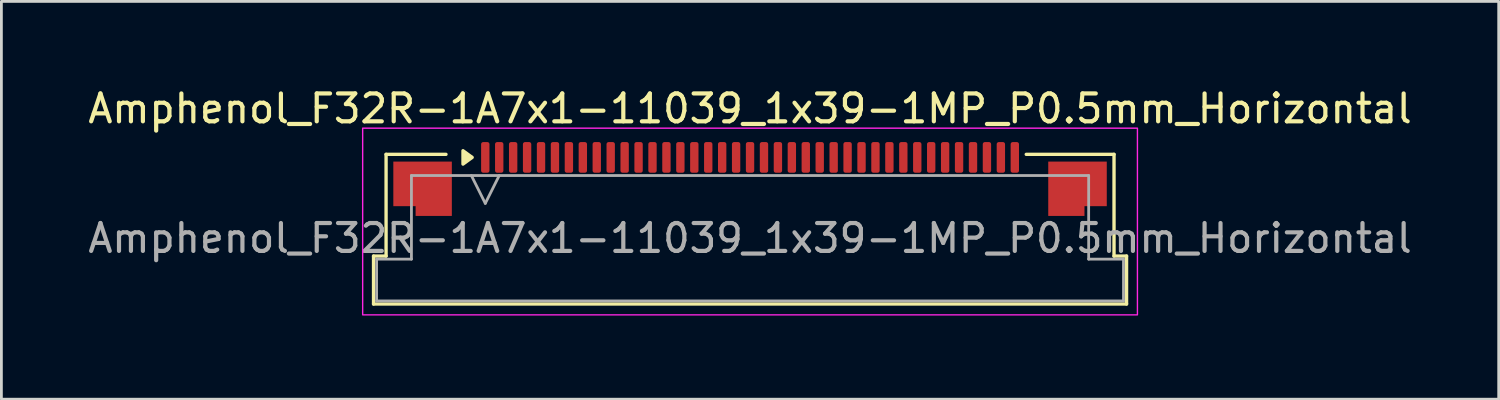
<source format=kicad_pcb>
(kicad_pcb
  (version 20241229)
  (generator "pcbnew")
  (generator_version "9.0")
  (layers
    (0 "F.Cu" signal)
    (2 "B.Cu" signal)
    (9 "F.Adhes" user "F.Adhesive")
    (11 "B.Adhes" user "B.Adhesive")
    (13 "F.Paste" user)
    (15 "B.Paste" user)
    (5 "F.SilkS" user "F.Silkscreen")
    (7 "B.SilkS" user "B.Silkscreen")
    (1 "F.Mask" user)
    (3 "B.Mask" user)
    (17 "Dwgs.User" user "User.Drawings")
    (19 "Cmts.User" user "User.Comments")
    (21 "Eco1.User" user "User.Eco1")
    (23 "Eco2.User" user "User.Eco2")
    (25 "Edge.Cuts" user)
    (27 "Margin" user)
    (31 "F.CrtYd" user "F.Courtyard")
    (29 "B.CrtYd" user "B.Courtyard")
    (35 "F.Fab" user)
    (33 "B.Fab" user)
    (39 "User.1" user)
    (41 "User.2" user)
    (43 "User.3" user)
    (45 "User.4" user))
  (footprint "Amphenol_F32R-1A7x1-11039_1x39-1MP_P0.5mm_Horizontal"
    (layer "F.Cu")
    (at 23.863 5.498)
    (property "Reference" "Amphenol_F32R-1A7x1-11039_1x39-1MP_P0.5mm_Horizontal" (at 0 -4.65 0) (layer "F.SilkS") (effects (font (size 1 1) (thickness 0.15))))
    (attr smd)
    (fp_line (start -13.51 0.64) (end -13.06 0.64) (stroke (width 0.12) (type solid)) (layer "F.SilkS"))
    (fp_line (start -13.51 2.36) (end -13.51 0.64) (stroke (width 0.12) (type solid)) (layer "F.SilkS"))
    (fp_line (start -13.06 -3.01) (end -10.91 -3.01) (stroke (width 0.12) (type solid)) (layer "F.SilkS"))
    (fp_line (start -13.06 0.64) (end -13.06 -3.01) (stroke (width 0.12) (type solid)) (layer "F.SilkS"))
    (fp_line (start 9.91 -3.01) (end 13.06 -3.01) (stroke (width 0.12) (type solid)) (layer "F.SilkS"))
    (fp_line (start 13.06 -3.01) (end 13.06 0.64) (stroke (width 0.12) (type solid)) (layer "F.SilkS"))
    (fp_line (start 13.06 0.64) (end 13.51 0.64) (stroke (width 0.12) (type solid)) (layer "F.SilkS"))
    (fp_line (start 13.51 0.64) (end 13.51 2.36) (stroke (width 0.12) (type solid)) (layer "F.SilkS"))
    (fp_line (start 13.51 2.36) (end -13.51 2.36) (stroke (width 0.12) (type solid)) (layer "F.SilkS"))
    (fp_poly (pts (xy -9.97 -2.9) (xy -10.3 -2.66) (xy -10.3 -3.14)) (stroke (width 0.12) (type solid)) (fill yes) (layer "F.SilkS"))
    (fp_rect (start -13.9 -3.95) (end 13.9 2.75) (stroke (width 0.05) (type solid)) (fill no) (layer "F.CrtYd"))
    (fp_line (start -13.4 0.75) (end -12.15 0.75) (stroke (width 0.1) (type solid)) (layer "F.Fab"))
    (fp_line (start -13.4 2.25) (end -13.4 0.75) (stroke (width 0.1) (type solid)) (layer "F.Fab"))
    (fp_line (start -12.15 -2.25) (end 12.15 -2.25) (stroke (width 0.1) (type solid)) (layer "F.Fab"))
    (fp_line (start -12.15 0.75) (end -12.15 -2.25) (stroke (width 0.1) (type solid)) (layer "F.Fab"))
    (fp_line (start -10 -2.25) (end -9.5 -1.25) (stroke (width 0.1) (type solid)) (layer "F.Fab"))
    (fp_line (start -9.5 -1.25) (end -9 -2.25) (stroke (width 0.1) (type solid)) (layer "F.Fab"))
    (fp_line (start 12.15 -2.25) (end 12.15 0.75) (stroke (width 0.1) (type solid)) (layer "F.Fab"))
    (fp_line (start 12.15 0.75) (end 13.4 0.75) (stroke (width 0.1) (type solid)) (layer "F.Fab"))
    (fp_line (start 13.4 0.75) (end 13.4 2.25) (stroke (width 0.1) (type solid)) (layer "F.Fab"))
    (fp_line (start 13.4 2.25) (end -13.4 2.25) (stroke (width 0.1) (type solid)) (layer "F.Fab"))
    (fp_text user "${REFERENCE}" (at 0 0 0) (layer "F.Fab") (effects (font (size 1 1) (thickness 0.15))))
    (pad "1" smd roundrect (at -9.5 -2.9) (size 0.3 1.1) (layers "F.Cu" "F.Mask" "F.Paste") (roundrect_rratio 0.25))
    (pad "2" smd roundrect (at -9 -2.9) (size 0.3 1.1) (layers "F.Cu" "F.Mask" "F.Paste") (roundrect_rratio 0.25))
    (pad "3" smd roundrect (at -8.5 -2.9) (size 0.3 1.1) (layers "F.Cu" "F.Mask" "F.Paste") (roundrect_rratio 0.25))
    (pad "4" smd roundrect (at -8 -2.9) (size 0.3 1.1) (layers "F.Cu" "F.Mask" "F.Paste") (roundrect_rratio 0.25))
    (pad "5" smd roundrect (at -7.5 -2.9) (size 0.3 1.1) (layers "F.Cu" "F.Mask" "F.Paste") (roundrect_rratio 0.25))
    (pad "6" smd roundrect (at -7 -2.9) (size 0.3 1.1) (layers "F.Cu" "F.Mask" "F.Paste") (roundrect_rratio 0.25))
    (pad "7" smd roundrect (at -6.5 -2.9) (size 0.3 1.1) (layers "F.Cu" "F.Mask" "F.Paste") (roundrect_rratio 0.25))
    (pad "8" smd roundrect (at -6 -2.9) (size 0.3 1.1) (layers "F.Cu" "F.Mask" "F.Paste") (roundrect_rratio 0.25))
    (pad "9" smd roundrect (at -5.5 -2.9) (size 0.3 1.1) (layers "F.Cu" "F.Mask" "F.Paste") (roundrect_rratio 0.25))
    (pad "10" smd roundrect (at -5 -2.9) (size 0.3 1.1) (layers "F.Cu" "F.Mask" "F.Paste") (roundrect_rratio 0.25))
    (pad "11" smd roundrect (at -4.5 -2.9) (size 0.3 1.1) (layers "F.Cu" "F.Mask" "F.Paste") (roundrect_rratio 0.25))
    (pad "12" smd roundrect (at -4 -2.9) (size 0.3 1.1) (layers "F.Cu" "F.Mask" "F.Paste") (roundrect_rratio 0.25))
    (pad "13" smd roundrect (at -3.5 -2.9) (size 0.3 1.1) (layers "F.Cu" "F.Mask" "F.Paste") (roundrect_rratio 0.25))
    (pad "14" smd roundrect (at -3 -2.9) (size 0.3 1.1) (layers "F.Cu" "F.Mask" "F.Paste") (roundrect_rratio 0.25))
    (pad "15" smd roundrect (at -2.5 -2.9) (size 0.3 1.1) (layers "F.Cu" "F.Mask" "F.Paste") (roundrect_rratio 0.25))
    (pad "16" smd roundrect (at -2 -2.9) (size 0.3 1.1) (layers "F.Cu" "F.Mask" "F.Paste") (roundrect_rratio 0.25))
    (pad "17" smd roundrect (at -1.5 -2.9) (size 0.3 1.1) (layers "F.Cu" "F.Mask" "F.Paste") (roundrect_rratio 0.25))
    (pad "18" smd roundrect (at -1 -2.9) (size 0.3 1.1) (layers "F.Cu" "F.Mask" "F.Paste") (roundrect_rratio 0.25))
    (pad "19" smd roundrect (at -0.5 -2.9) (size 0.3 1.1) (layers "F.Cu" "F.Mask" "F.Paste") (roundrect_rratio 0.25))
    (pad "20" smd roundrect (at 0 -2.9) (size 0.3 1.1) (layers "F.Cu" "F.Mask" "F.Paste") (roundrect_rratio 0.25))
    (pad "21" smd roundrect (at 0.5 -2.9) (size 0.3 1.1) (layers "F.Cu" "F.Mask" "F.Paste") (roundrect_rratio 0.25))
    (pad "22" smd roundrect (at 1 -2.9) (size 0.3 1.1) (layers "F.Cu" "F.Mask" "F.Paste") (roundrect_rratio 0.25))
    (pad "23" smd roundrect (at 1.5 -2.9) (size 0.3 1.1) (layers "F.Cu" "F.Mask" "F.Paste") (roundrect_rratio 0.25))
    (pad "24" smd roundrect (at 2 -2.9) (size 0.3 1.1) (layers "F.Cu" "F.Mask" "F.Paste") (roundrect_rratio 0.25))
    (pad "25" smd roundrect (at 2.5 -2.9) (size 0.3 1.1) (layers "F.Cu" "F.Mask" "F.Paste") (roundrect_rratio 0.25))
    (pad "26" smd roundrect (at 3 -2.9) (size 0.3 1.1) (layers "F.Cu" "F.Mask" "F.Paste") (roundrect_rratio 0.25))
    (pad "27" smd roundrect (at 3.5 -2.9) (size 0.3 1.1) (layers "F.Cu" "F.Mask" "F.Paste") (roundrect_rratio 0.25))
    (pad "28" smd roundrect (at 4 -2.9) (size 0.3 1.1) (layers "F.Cu" "F.Mask" "F.Paste") (roundrect_rratio 0.25))
    (pad "29" smd roundrect (at 4.5 -2.9) (size 0.3 1.1) (layers "F.Cu" "F.Mask" "F.Paste") (roundrect_rratio 0.25))
    (pad "30" smd roundrect (at 5 -2.9) (size 0.3 1.1) (layers "F.Cu" "F.Mask" "F.Paste") (roundrect_rratio 0.25))
    (pad "31" smd roundrect (at 5.5 -2.9) (size 0.3 1.1) (layers "F.Cu" "F.Mask" "F.Paste") (roundrect_rratio 0.25))
    (pad "32" smd roundrect (at 6 -2.9) (size 0.3 1.1) (layers "F.Cu" "F.Mask" "F.Paste") (roundrect_rratio 0.25))
    (pad "33" smd roundrect (at 6.5 -2.9) (size 0.3 1.1) (layers "F.Cu" "F.Mask" "F.Paste") (roundrect_rratio 0.25))
    (pad "34" smd roundrect (at 7 -2.9) (size 0.3 1.1) (layers "F.Cu" "F.Mask" "F.Paste") (roundrect_rratio 0.25))
    (pad "35" smd roundrect (at 7.5 -2.9) (size 0.3 1.1) (layers "F.Cu" "F.Mask" "F.Paste") (roundrect_rratio 0.25))
    (pad "36" smd roundrect (at 8 -2.9) (size 0.3 1.1) (layers "F.Cu" "F.Mask" "F.Paste") (roundrect_rratio 0.25))
    (pad "37" smd roundrect (at 8.5 -2.9) (size 0.3 1.1) (layers "F.Cu" "F.Mask" "F.Paste") (roundrect_rratio 0.25))
    (pad "38" smd roundrect (at 9 -2.9) (size 0.3 1.1) (layers "F.Cu" "F.Mask" "F.Paste") (roundrect_rratio 0.25))
    (pad "39" smd roundrect (at 9.5 -2.9) (size 0.3 1.1) (layers "F.Cu" "F.Mask" "F.Paste") (roundrect_rratio 0.25))
    (pad "MP" smd custom (at -11.75 -1.775) (size 1 1) (layers "F.Cu" "F.Mask" "F.Paste") (options (anchor circle)) (primitives (gr_poly (pts (xy 1.05 -0.975) (xy 1.05 0.975) (xy -0.25 0.975) (xy -0.25 0.625) (xy -1.05 0.625) (xy -1.05 -0.975)) (width 0) (fill yes))))
    (pad "MP" smd custom (at 11.75 -1.775) (size 1 1) (layers "F.Cu" "F.Mask" "F.Paste") (options (anchor circle)) (primitives (gr_poly (pts (xy -1.05 -0.975) (xy -1.05 0.975) (xy 0.25 0.975) (xy 0.25 0.625) (xy 1.05 0.625) (xy 1.05 -0.975)) (width 0) (fill yes)))))
  (gr_rect
    (start -3 -3)
    (end 50.726 11.273)
    (stroke (width 0.1) (type default))
    (fill no)
    (layer "Edge.Cuts")))
</source>
